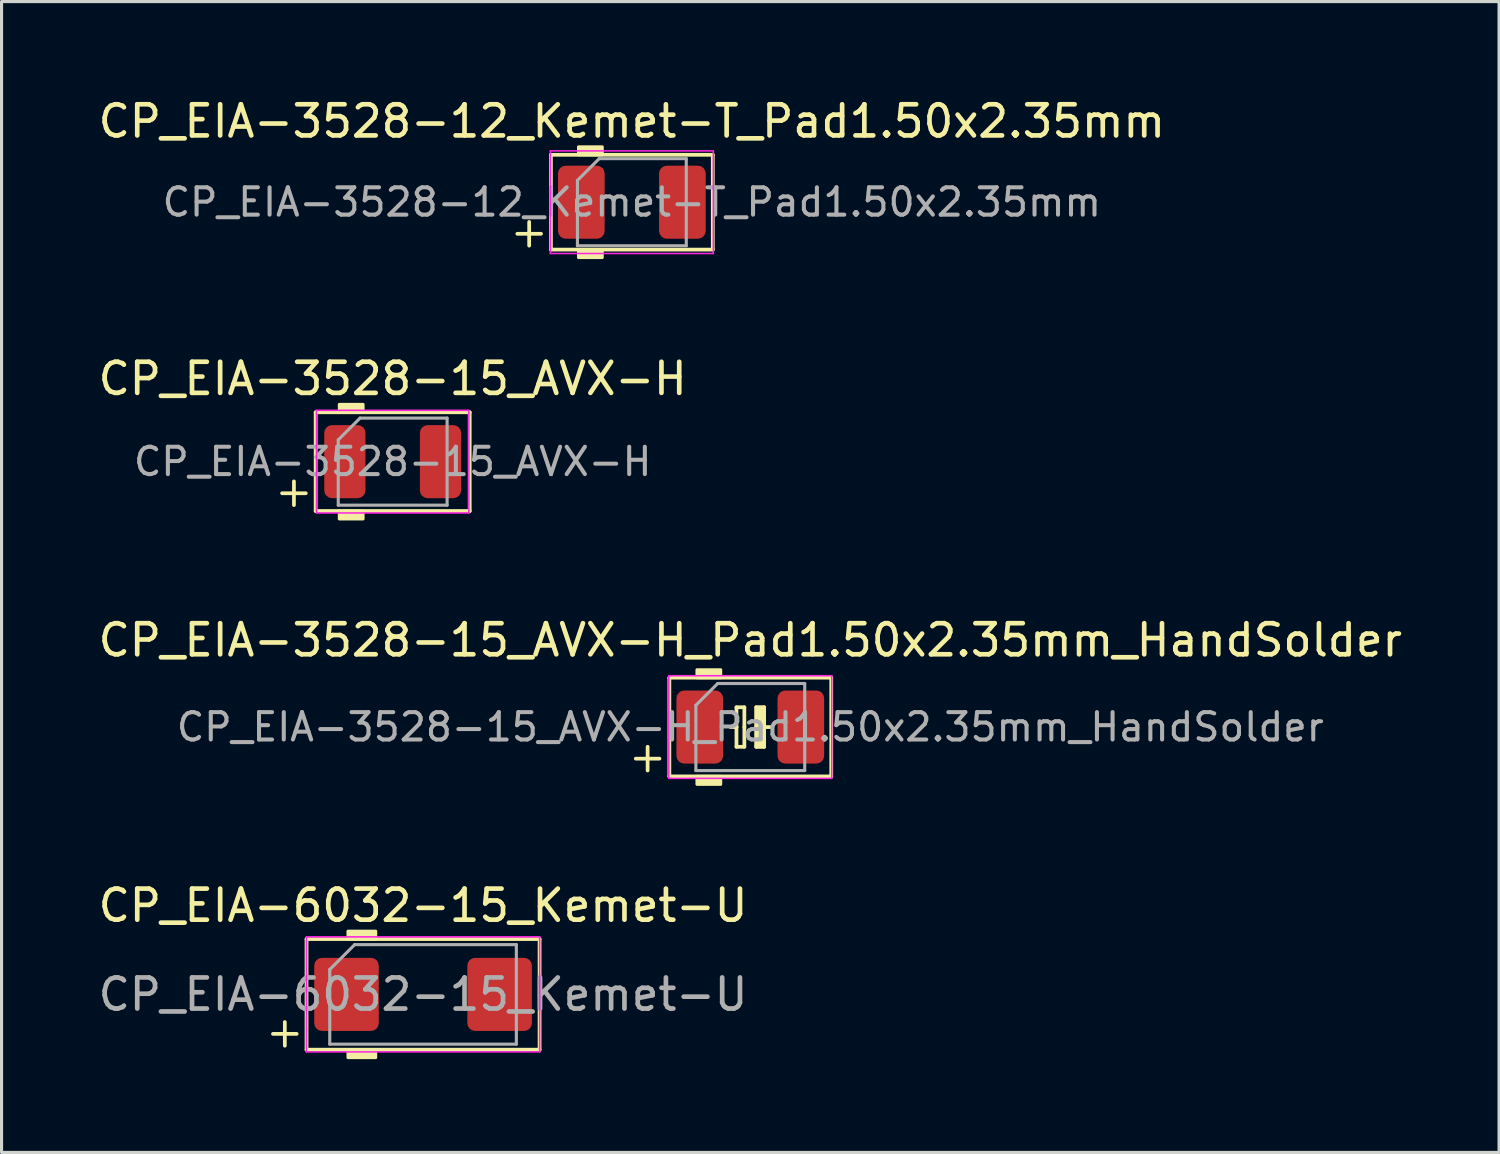
<source format=kicad_pcb>
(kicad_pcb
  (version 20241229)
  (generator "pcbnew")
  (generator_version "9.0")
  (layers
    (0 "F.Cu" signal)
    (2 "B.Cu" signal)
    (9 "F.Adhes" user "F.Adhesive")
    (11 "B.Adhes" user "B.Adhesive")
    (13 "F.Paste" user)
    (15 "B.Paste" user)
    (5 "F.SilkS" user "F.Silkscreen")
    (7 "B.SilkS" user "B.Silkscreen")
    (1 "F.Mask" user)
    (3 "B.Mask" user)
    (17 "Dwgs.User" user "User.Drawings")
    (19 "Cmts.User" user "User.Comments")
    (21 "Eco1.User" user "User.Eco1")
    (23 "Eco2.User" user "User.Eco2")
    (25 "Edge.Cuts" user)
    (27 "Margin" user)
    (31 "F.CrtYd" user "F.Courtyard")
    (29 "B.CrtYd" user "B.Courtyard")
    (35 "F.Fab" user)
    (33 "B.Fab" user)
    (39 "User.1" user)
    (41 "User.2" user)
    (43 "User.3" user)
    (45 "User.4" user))
  (footprint "CP_EIA-6032-15_Kemet-U"
    (layer "F.Cu")
    (at 10.554 28.926)
    (property "Reference" "CP_EIA-6032-15_Kemet-U" (at 0 -2.857 0) (layer "F.SilkS") (effects (font (size 1 1) (thickness 0.15))))
    (attr smd)
    (fp_line (start -4.826 1.27) (end -4.064 1.27) (stroke (width 0.12) (type solid)) (layer "F.SilkS"))
    (fp_line (start -4.445 0.889) (end -4.445 1.651) (stroke (width 0.12) (type solid)) (layer "F.SilkS"))
    (fp_line (start -3.747 -1.778) (end -3.747 -0.572) (stroke (width 0.12) (type solid)) (layer "F.SilkS"))
    (fp_line (start -3.747 -0.572) (end -3.747 1.778) (stroke (width 0.12) (type solid)) (layer "F.SilkS"))
    (fp_line (start -3.747 1.778) (end 3.747 1.778) (stroke (width 0.12) (type solid)) (layer "F.SilkS"))
    (fp_line (start 3.747 -1.778) (end -3.747 -1.778) (stroke (width 0.12) (type solid)) (layer "F.SilkS"))
    (fp_line (start 3.747 1.778) (end 3.747 -1.778) (stroke (width 0.12) (type solid)) (layer "F.SilkS"))
    (fp_poly (pts (xy -1.524 -1.778) (xy -2.413 -1.778) (xy -2.413 -2.032) (xy -1.524 -2.032)) (stroke (width 0.1) (type solid)) (fill yes) (layer "F.SilkS"))
    (fp_poly (pts (xy -1.524 2.032) (xy -2.413 2.032) (xy -2.413 1.778) (xy -1.524 1.778)) (stroke (width 0.1) (type solid)) (fill yes) (layer "F.SilkS"))
    (fp_line (start -3.75 -1.85) (end 3.75 -1.85) (stroke (width 0.05) (type solid)) (layer "F.CrtYd"))
    (fp_line (start -3.75 1.85) (end -3.75 -1.85) (stroke (width 0.05) (type solid)) (layer "F.CrtYd"))
    (fp_line (start 3.75 -1.85) (end 3.75 1.85) (stroke (width 0.05) (type solid)) (layer "F.CrtYd"))
    (fp_line (start 3.75 1.85) (end -3.75 1.85) (stroke (width 0.05) (type solid)) (layer "F.CrtYd"))
    (fp_line (start -3 -0.8) (end -3 1.6) (stroke (width 0.1) (type solid)) (layer "F.Fab"))
    (fp_line (start -3 1.6) (end 3 1.6) (stroke (width 0.1) (type solid)) (layer "F.Fab"))
    (fp_line (start -2.2 -1.6) (end -3 -0.8) (stroke (width 0.1) (type solid)) (layer "F.Fab"))
    (fp_line (start 3 -1.6) (end -2.2 -1.6) (stroke (width 0.1) (type solid)) (layer "F.Fab"))
    (fp_line (start 3 1.6) (end 3 -1.6) (stroke (width 0.1) (type solid)) (layer "F.Fab"))
    (fp_text user "${REFERENCE}" (at 0 0 0) (layer "F.Fab") (effects (font (size 1 1) (thickness 0.15))))
    (pad "1" smd roundrect (at -2.462 0) (size 2.075 2.35) (layers "F.Cu" "F.Mask" "F.Paste") (roundrect_rratio 0.12))
    (pad "2" smd roundrect (at 2.462 0) (size 2.075 2.35) (layers "F.Cu" "F.Mask" "F.Paste") (roundrect_rratio 0.12)))
  (footprint "CP_EIA-3528-15_AVX-H"
    (layer "F.Cu")
    (at 9.577 11.795)
    (property "Reference" "CP_EIA-3528-15_AVX-H" (at 0 -2.667 0) (layer "F.SilkS") (effects (font (size 1 1) (thickness 0.15))))
    (attr smd)
    (fp_line (start -3.556 1.016) (end -2.794 1.016) (stroke (width 0.12) (type solid)) (layer "F.SilkS"))
    (fp_line (start -3.175 0.635) (end -3.175 1.397) (stroke (width 0.12) (type solid)) (layer "F.SilkS"))
    (fp_line (start -2.477 -1.587) (end -2.477 1.587) (stroke (width 0.12) (type solid)) (layer "F.SilkS"))
    (fp_line (start -2.477 1.587) (end 2.477 1.587) (stroke (width 0.12) (type solid)) (layer "F.SilkS"))
    (fp_line (start 2.477 -1.587) (end -2.477 -1.587) (stroke (width 0.12) (type solid)) (layer "F.SilkS"))
    (fp_line (start 2.477 1.587) (end 2.477 -1.587) (stroke (width 0.12) (type solid)) (layer "F.SilkS"))
    (fp_poly (pts (xy -0.953 -1.587) (xy -1.714 -1.587) (xy -1.714 -1.841) (xy -0.953 -1.841)) (stroke (width 0.1) (type solid)) (fill yes) (layer "F.SilkS"))
    (fp_poly (pts (xy -0.953 1.841) (xy -1.714 1.841) (xy -1.714 1.587) (xy -0.953 1.587)) (stroke (width 0.1) (type solid)) (fill yes) (layer "F.SilkS"))
    (fp_line (start -2.45 -1.65) (end 2.45 -1.65) (stroke (width 0.05) (type solid)) (layer "F.CrtYd"))
    (fp_line (start -2.45 1.65) (end -2.45 -1.65) (stroke (width 0.05) (type solid)) (layer "F.CrtYd"))
    (fp_line (start 2.45 -1.65) (end 2.45 1.65) (stroke (width 0.05) (type solid)) (layer "F.CrtYd"))
    (fp_line (start 2.45 1.65) (end -2.45 1.65) (stroke (width 0.05) (type solid)) (layer "F.CrtYd"))
    (fp_line (start -1.75 -0.7) (end -1.75 1.4) (stroke (width 0.1) (type solid)) (layer "F.Fab"))
    (fp_line (start -1.75 1.4) (end 1.75 1.4) (stroke (width 0.1) (type solid)) (layer "F.Fab"))
    (fp_line (start -1.05 -1.4) (end -1.75 -0.7) (stroke (width 0.1) (type solid)) (layer "F.Fab"))
    (fp_line (start 1.75 -1.4) (end -1.05 -1.4) (stroke (width 0.1) (type solid)) (layer "F.Fab"))
    (fp_line (start 1.75 1.4) (end 1.75 -1.4) (stroke (width 0.1) (type solid)) (layer "F.Fab"))
    (fp_text user "${REFERENCE}" (at 0 0 0) (layer "F.Fab") (effects (font (size 0.88 0.88) (thickness 0.13))))
    (pad "1" smd roundrect (at -1.538 0) (size 1.325 2.35) (layers "F.Cu" "F.Mask" "F.Paste") (roundrect_rratio 0.189))
    (pad "2" smd roundrect (at 1.538 0) (size 1.325 2.35) (layers "F.Cu" "F.Mask" "F.Paste") (roundrect_rratio 0.189)))
  (footprint "CP_EIA-3528-15_AVX-H_Pad1.50x2.35mm_HandSolder"
    (layer "F.Cu")
    (at 21.077 20.329)
    (property "Reference" "CP_EIA-3528-15_AVX-H_Pad1.50x2.35mm_HandSolder" (at 0 -2.794 0) (layer "F.SilkS") (effects (font (size 1 1) (thickness 0.15))))
    (attr smd)
    (fp_line (start -3.683 1.016) (end -2.921 1.016) (stroke (width 0.12) (type solid)) (layer "F.SilkS"))
    (fp_line (start -3.302 0.635) (end -3.302 1.397) (stroke (width 0.12) (type solid)) (layer "F.SilkS"))
    (fp_line (start -2.603 -1.587) (end -2.603 1.587) (stroke (width 0.12) (type solid)) (layer "F.SilkS"))
    (fp_line (start -2.603 1.587) (end 2.603 1.587) (stroke (width 0.12) (type solid)) (layer "F.SilkS"))
    (fp_line (start -0.445 -0.635) (end -0.445 0) (stroke (width 0.12) (type solid)) (layer "F.SilkS"))
    (fp_line (start -0.445 -0.635) (end -0.191 -0.635) (stroke (width 0.12) (type solid)) (layer "F.SilkS"))
    (fp_line (start -0.445 0) (end -0.635 0) (stroke (width 0.12) (type solid)) (layer "F.SilkS"))
    (fp_line (start -0.445 0.635) (end -0.445 0) (stroke (width 0.12) (type solid)) (layer "F.SilkS"))
    (fp_line (start -0.191 -0.635) (end -0.191 0) (stroke (width 0.12) (type solid)) (layer "F.SilkS"))
    (fp_line (start -0.191 0.635) (end -0.445 0.635) (stroke (width 0.12) (type solid)) (layer "F.SilkS"))
    (fp_line (start -0.191 0.635) (end -0.191 0) (stroke (width 0.12) (type solid)) (layer "F.SilkS"))
    (fp_line (start 0.191 -0.635) (end 0.191 0) (stroke (width 0.12) (type solid)) (layer "F.SilkS"))
    (fp_line (start 0.191 -0.635) (end 0.445 -0.635) (stroke (width 0.12) (type solid)) (layer "F.SilkS"))
    (fp_line (start 0.191 0.635) (end 0.191 0) (stroke (width 0.12) (type solid)) (layer "F.SilkS"))
    (fp_line (start 0.445 -0.635) (end 0.445 0) (stroke (width 0.12) (type solid)) (layer "F.SilkS"))
    (fp_line (start 0.445 0) (end 0.635 0) (stroke (width 0.12) (type solid)) (layer "F.SilkS"))
    (fp_line (start 0.445 0.635) (end 0.191 0.635) (stroke (width 0.12) (type solid)) (layer "F.SilkS"))
    (fp_line (start 0.445 0.635) (end 0.445 0) (stroke (width 0.12) (type solid)) (layer "F.SilkS"))
    (fp_line (start 2.603 -1.587) (end -2.603 -1.587) (stroke (width 0.12) (type solid)) (layer "F.SilkS"))
    (fp_line (start 2.603 1.587) (end 2.603 -1.587) (stroke (width 0.12) (type solid)) (layer "F.SilkS"))
    (fp_poly (pts (xy -0.953 -1.587) (xy -1.714 -1.587) (xy -1.714 -1.841) (xy -0.953 -1.841)) (stroke (width 0.1) (type solid)) (fill yes) (layer "F.SilkS"))
    (fp_poly (pts (xy -0.953 1.841) (xy -1.714 1.841) (xy -1.714 1.587) (xy -0.953 1.587)) (stroke (width 0.1) (type solid)) (fill yes) (layer "F.SilkS"))
    (fp_poly (pts (xy 0.445 0.635) (xy 0.191 0.635) (xy 0.191 -0.635) (xy 0.445 -0.635)) (stroke (width 0.1) (type solid)) (fill yes) (layer "F.SilkS"))
    (fp_line (start -2.62 -1.65) (end 2.62 -1.65) (stroke (width 0.05) (type solid)) (layer "F.CrtYd"))
    (fp_line (start -2.62 1.65) (end -2.62 -1.65) (stroke (width 0.05) (type solid)) (layer "F.CrtYd"))
    (fp_line (start 2.62 -1.65) (end 2.62 1.65) (stroke (width 0.05) (type solid)) (layer "F.CrtYd"))
    (fp_line (start 2.62 1.65) (end -2.62 1.65) (stroke (width 0.05) (type solid)) (layer "F.CrtYd"))
    (fp_line (start -1.75 -0.7) (end -1.75 1.4) (stroke (width 0.1) (type solid)) (layer "F.Fab"))
    (fp_line (start -1.75 1.4) (end 1.75 1.4) (stroke (width 0.1) (type solid)) (layer "F.Fab"))
    (fp_line (start -1.05 -1.4) (end -1.75 -0.7) (stroke (width 0.1) (type solid)) (layer "F.Fab"))
    (fp_line (start 1.75 -1.4) (end -1.05 -1.4) (stroke (width 0.1) (type solid)) (layer "F.Fab"))
    (fp_line (start 1.75 1.4) (end 1.75 -1.4) (stroke (width 0.1) (type solid)) (layer "F.Fab"))
    (fp_text user "${REFERENCE}" (at 0 0 0) (layer "F.Fab") (effects (font (size 0.88 0.88) (thickness 0.13))))
    (pad "1" smd roundrect (at -1.625 0) (size 1.5 2.35) (layers "F.Cu" "F.Mask" "F.Paste") (roundrect_rratio 0.167))
    (pad "2" smd roundrect (at 1.625 0) (size 1.5 2.35) (layers "F.Cu" "F.Mask" "F.Paste") (roundrect_rratio 0.167)))
  (footprint "CP_EIA-3528-12_Kemet-T_Pad1.50x2.35mm"
    (layer "F.Cu")
    (at 17.268 3.452)
    (property "Reference" "CP_EIA-3528-12_Kemet-T_Pad1.50x2.35mm" (at 0 -2.603 0) (layer "F.SilkS") (effects (font (size 1 1) (thickness 0.15))))
    (attr smd)
    (fp_line (start -3.683 1.016) (end -2.921 1.016) (stroke (width 0.12) (type solid)) (layer "F.SilkS"))
    (fp_line (start -3.302 0.635) (end -3.302 1.397) (stroke (width 0.12) (type solid)) (layer "F.SilkS"))
    (fp_line (start -2.603 -1.524) (end -2.603 1.524) (stroke (width 0.12) (type solid)) (layer "F.SilkS"))
    (fp_line (start -2.603 1.524) (end 2.603 1.524) (stroke (width 0.12) (type solid)) (layer "F.SilkS"))
    (fp_line (start 2.603 -1.524) (end -2.603 -1.524) (stroke (width 0.12) (type solid)) (layer "F.SilkS"))
    (fp_line (start 2.603 1.524) (end 2.603 -1.524) (stroke (width 0.12) (type solid)) (layer "F.SilkS"))
    (fp_poly (pts (xy -0.953 -1.524) (xy -1.714 -1.524) (xy -1.714 -1.778) (xy -0.953 -1.778)) (stroke (width 0.1) (type solid)) (fill yes) (layer "F.SilkS"))
    (fp_poly (pts (xy -0.953 1.778) (xy -1.714 1.778) (xy -1.714 1.524) (xy -0.953 1.524)) (stroke (width 0.1) (type solid)) (fill yes) (layer "F.SilkS"))
    (fp_line (start -2.62 -1.65) (end 2.62 -1.65) (stroke (width 0.05) (type solid)) (layer "F.CrtYd"))
    (fp_line (start -2.62 1.65) (end -2.62 -1.65) (stroke (width 0.05) (type solid)) (layer "F.CrtYd"))
    (fp_line (start 2.62 -1.65) (end 2.62 1.65) (stroke (width 0.05) (type solid)) (layer "F.CrtYd"))
    (fp_line (start 2.62 1.65) (end -2.62 1.65) (stroke (width 0.05) (type solid)) (layer "F.CrtYd"))
    (fp_line (start -1.75 -0.7) (end -1.75 1.4) (stroke (width 0.1) (type solid)) (layer "F.Fab"))
    (fp_line (start -1.75 1.4) (end 1.75 1.4) (stroke (width 0.1) (type solid)) (layer "F.Fab"))
    (fp_line (start -1.05 -1.4) (end -1.75 -0.7) (stroke (width 0.1) (type solid)) (layer "F.Fab"))
    (fp_line (start 1.75 -1.4) (end -1.05 -1.4) (stroke (width 0.1) (type solid)) (layer "F.Fab"))
    (fp_line (start 1.75 1.4) (end 1.75 -1.4) (stroke (width 0.1) (type solid)) (layer "F.Fab"))
    (fp_text user "${REFERENCE}" (at 0 0 0) (layer "F.Fab") (effects (font (size 0.88 0.88) (thickness 0.13))))
    (pad "1" smd roundrect (at -1.625 0) (size 1.5 2.35) (layers "F.Cu" "F.Mask" "F.Paste") (roundrect_rratio 0.167))
    (pad "2" smd roundrect (at 1.625 0) (size 1.5 2.35) (layers "F.Cu" "F.Mask" "F.Paste") (roundrect_rratio 0.167)))
  (gr_rect
    (start -3 -3)
    (end 45.155 34.008)
    (stroke (width 0.1) (type default))
    (fill no)
    (layer "Edge.Cuts")))
</source>
